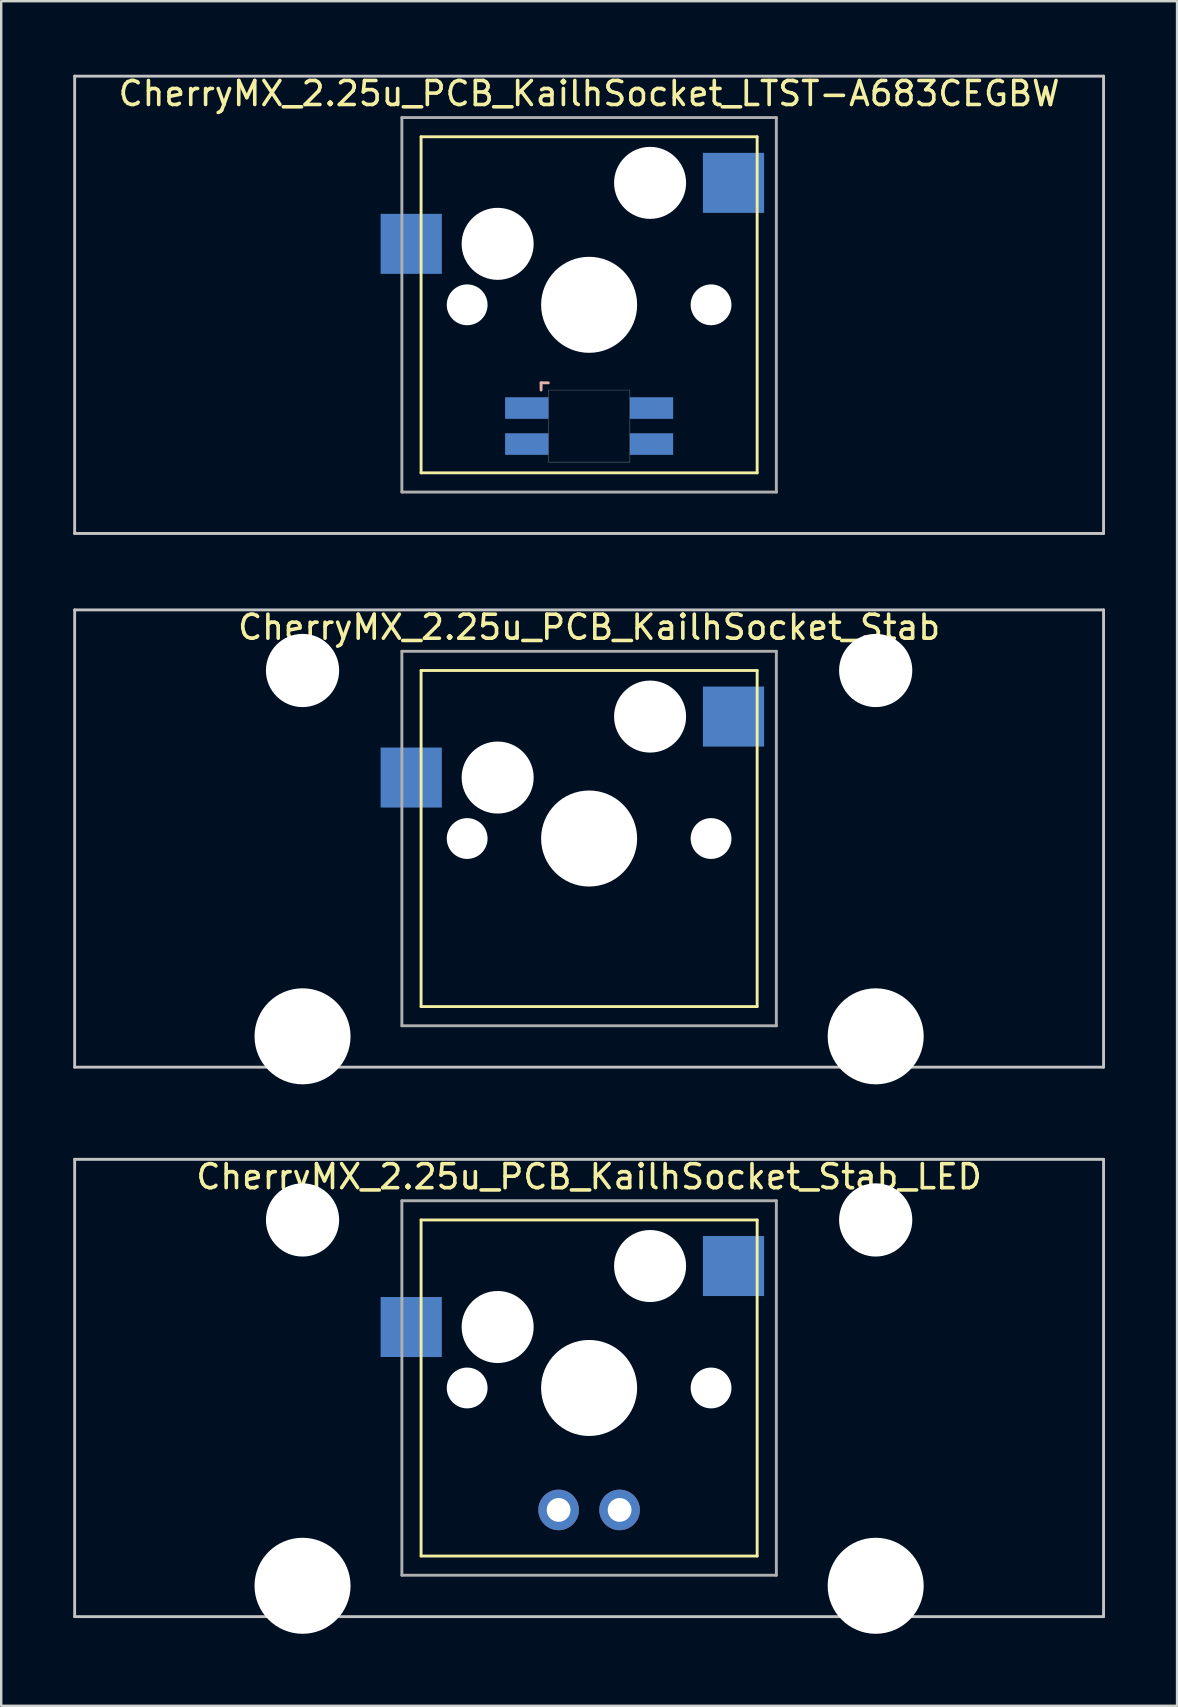
<source format=kicad_pcb>
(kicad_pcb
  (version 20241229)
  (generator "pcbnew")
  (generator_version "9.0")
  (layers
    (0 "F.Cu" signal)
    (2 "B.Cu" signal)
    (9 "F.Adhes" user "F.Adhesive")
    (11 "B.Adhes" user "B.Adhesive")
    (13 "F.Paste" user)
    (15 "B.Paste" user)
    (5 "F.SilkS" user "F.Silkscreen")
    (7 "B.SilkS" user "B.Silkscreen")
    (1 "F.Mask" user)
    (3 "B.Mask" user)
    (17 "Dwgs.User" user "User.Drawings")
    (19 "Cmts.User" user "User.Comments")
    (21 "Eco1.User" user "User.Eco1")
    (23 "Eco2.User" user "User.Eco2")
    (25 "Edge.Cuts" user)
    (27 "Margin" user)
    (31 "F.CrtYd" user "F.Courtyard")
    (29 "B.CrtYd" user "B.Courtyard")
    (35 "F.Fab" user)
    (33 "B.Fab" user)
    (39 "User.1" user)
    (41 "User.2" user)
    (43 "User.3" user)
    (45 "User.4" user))
  (footprint "CherryMX_2.25u_PCB_KailhSocket_LTST-A683CEGBW"
    (layer "F.Cu")
    (at 21.491 9.648)
    (property "Reference" "CherryMX_2.25u_PCB_KailhSocket_LTST-A683CEGBW" (at 0 -8.8 0) (layer "F.SilkS") (effects (font (size 1 1) (thickness 0.15))))
    (attr through_hole)
    (fp_line (start -7 -7) (end -7 7) (stroke (width 0.12) (type solid)) (layer "F.SilkS"))
    (fp_line (start -7 -7) (end 7 -7) (stroke (width 0.12) (type solid)) (layer "F.SilkS"))
    (fp_line (start 7 -7) (end 7 7) (stroke (width 0.12) (type solid)) (layer "F.SilkS"))
    (fp_line (start 7 7) (end -7 7) (stroke (width 0.12) (type solid)) (layer "F.SilkS"))
    (fp_line (start -2 3.25) (end -2 3.55) (stroke (width 0.12) (type solid)) (layer "B.SilkS"))
    (fp_line (start -1.7 3.25) (end -2 3.25) (stroke (width 0.12) (type solid)) (layer "B.SilkS"))
    (fp_line (start -21.431 -9.525) (end 21.431 -9.525) (stroke (width 0.12) (type solid)) (layer "Dwgs.User"))
    (fp_line (start -21.431 9.525) (end -21.431 -9.525) (stroke (width 0.12) (type solid)) (layer "Dwgs.User"))
    (fp_line (start 21.431 -9.525) (end 21.431 9.525) (stroke (width 0.12) (type solid)) (layer "Dwgs.User"))
    (fp_line (start 21.431 9.525) (end -21.431 9.525) (stroke (width 0.12) (type solid)) (layer "Dwgs.User"))
    (fp_poly (pts (xy 1.7 6.55) (xy -1.7 6.55) (xy -1.7 3.55) (xy 1.7 3.55)) (stroke (width 0.01) (type solid)) (fill no) (layer "Edge.Cuts"))
    (fp_line (start -7.8 -7.8) (end -7.8 7.8) (stroke (width 0.12) (type solid)) (layer "F.Fab"))
    (fp_line (start -7.8 -7.8) (end 7.8 -7.8) (stroke (width 0.12) (type solid)) (layer "F.Fab"))
    (fp_line (start -7.8 7.8) (end 7.8 7.8) (stroke (width 0.12) (type solid)) (layer "F.Fab"))
    (fp_line (start 7.8 -7.8) (end 7.8 7.8) (stroke (width 0.12) (type solid)) (layer "F.Fab"))
    (pad "" np_thru_hole circle (at -5.08 0) (size 1.7 1.7) (drill 1.7) (layers "*.Cu" "*.Mask"))
    (pad "" np_thru_hole circle (at -3.81 -2.54) (size 3 3) (drill 3) (layers "*.Cu" "*.Mask"))
    (pad "" np_thru_hole circle (at 0 0) (size 4 4) (drill 4) (layers "*.Cu" "*.Mask"))
    (pad "" np_thru_hole circle (at 2.54 -5.08) (size 3 3) (drill 3) (layers "*.Cu" "*.Mask"))
    (pad "" np_thru_hole circle (at 5.08 0) (size 1.7 1.7) (drill 1.7) (layers "*.Cu" "*.Mask"))
    (pad "1" smd rect (at -7.41 -2.54) (size 2.55 2.5) (layers "B.Cu" "B.Mask" "B.Paste"))
    (pad "2" smd rect (at 6.015 -5.08) (size 2.55 2.5) (layers "B.Cu" "B.Mask" "B.Paste"))
    (pad "3" smd rect (at -2.6 4.3) (size 1.8 0.9) (layers "B.Cu" "B.Mask" "B.Paste"))
    (pad "4" smd rect (at -2.6 5.8) (size 1.8 0.9) (layers "B.Cu" "B.Mask" "B.Paste"))
    (pad "5" smd rect (at 2.6 4.3) (size 1.8 0.9) (layers "B.Cu" "B.Mask" "B.Paste"))
    (pad "6" smd rect (at 2.6 5.8) (size 1.8 0.9) (layers "B.Cu" "B.Mask" "B.Paste")))
  (footprint "CherryMX_2.25u_PCB_KailhSocket_Stab_LED"
    (layer "F.Cu")
    (at 21.491 54.77)
    (property "Reference" "CherryMX_2.25u_PCB_KailhSocket_Stab_LED" (at 0 -8.8 0) (layer "F.SilkS") (effects (font (size 1 1) (thickness 0.15))))
    (attr through_hole)
    (fp_line (start -7 -7) (end -7 7) (stroke (width 0.12) (type solid)) (layer "F.SilkS"))
    (fp_line (start -7 -7) (end 7 -7) (stroke (width 0.12) (type solid)) (layer "F.SilkS"))
    (fp_line (start 7 -7) (end 7 7) (stroke (width 0.12) (type solid)) (layer "F.SilkS"))
    (fp_line (start 7 7) (end -7 7) (stroke (width 0.12) (type solid)) (layer "F.SilkS"))
    (fp_line (start -21.431 -9.525) (end 21.431 -9.525) (stroke (width 0.12) (type solid)) (layer "Dwgs.User"))
    (fp_line (start -21.431 9.525) (end -21.431 -9.525) (stroke (width 0.12) (type solid)) (layer "Dwgs.User"))
    (fp_line (start 21.431 -9.525) (end 21.431 9.525) (stroke (width 0.12) (type solid)) (layer "Dwgs.User"))
    (fp_line (start 21.431 9.525) (end -21.431 9.525) (stroke (width 0.12) (type solid)) (layer "Dwgs.User"))
    (fp_line (start -7.8 -7.8) (end -7.8 7.8) (stroke (width 0.12) (type solid)) (layer "F.Fab"))
    (fp_line (start -7.8 -7.8) (end 7.8 -7.8) (stroke (width 0.12) (type solid)) (layer "F.Fab"))
    (fp_line (start -7.8 7.8) (end 7.8 7.8) (stroke (width 0.12) (type solid)) (layer "F.Fab"))
    (fp_line (start 7.8 -7.8) (end 7.8 7.8) (stroke (width 0.12) (type solid)) (layer "F.Fab"))
    (pad "" np_thru_hole circle (at -11.938 -7) (size 3.05 3.05) (drill 3.05) (layers "*.Cu" "*.Mask"))
    (pad "" np_thru_hole circle (at -11.938 8.24) (size 4 4) (drill 4) (layers "*.Cu" "*.Mask"))
    (pad "" np_thru_hole circle (at -5.08 0) (size 1.7 1.7) (drill 1.7) (layers "*.Cu" "*.Mask"))
    (pad "" np_thru_hole circle (at -3.81 -2.54) (size 3 3) (drill 3) (layers "*.Cu" "*.Mask"))
    (pad "" np_thru_hole circle (at 0 0) (size 4 4) (drill 4) (layers "*.Cu" "*.Mask"))
    (pad "" np_thru_hole circle (at 2.54 -5.08) (size 3 3) (drill 3) (layers "*.Cu" "*.Mask"))
    (pad "" np_thru_hole circle (at 5.08 0) (size 1.7 1.7) (drill 1.7) (layers "*.Cu" "*.Mask"))
    (pad "" np_thru_hole circle (at 11.938 -7) (size 3.05 3.05) (drill 3.05) (layers "*.Cu" "*.Mask"))
    (pad "" np_thru_hole circle (at 11.938 8.24) (size 4 4) (drill 4) (layers "*.Cu" "*.Mask"))
    (pad "1" smd rect (at -7.41 -2.54) (size 2.55 2.5) (layers "B.Cu" "B.Mask" "B.Paste"))
    (pad "2" smd rect (at 6.015 -5.08) (size 2.55 2.5) (layers "B.Cu" "B.Mask" "B.Paste"))
    (pad "3" thru_hole circle (at -1.27 5.08) (size 1.691 1.691) (drill 0.991) (layers "*.Cu" "*.Mask"))
    (pad "4" thru_hole circle (at 1.27 5.08) (size 1.691 1.691) (drill 0.991) (layers "*.Cu" "*.Mask")))
  (footprint "CherryMX_2.25u_PCB_KailhSocket_Stab"
    (layer "F.Cu")
    (at 21.491 31.881)
    (property "Reference" "CherryMX_2.25u_PCB_KailhSocket_Stab" (at 0 -8.8 0) (layer "F.SilkS") (effects (font (size 1 1) (thickness 0.15))))
    (attr through_hole)
    (fp_line (start -7 -7) (end -7 7) (stroke (width 0.12) (type solid)) (layer "F.SilkS"))
    (fp_line (start -7 -7) (end 7 -7) (stroke (width 0.12) (type solid)) (layer "F.SilkS"))
    (fp_line (start 7 -7) (end 7 7) (stroke (width 0.12) (type solid)) (layer "F.SilkS"))
    (fp_line (start 7 7) (end -7 7) (stroke (width 0.12) (type solid)) (layer "F.SilkS"))
    (fp_line (start -21.431 -9.525) (end 21.431 -9.525) (stroke (width 0.12) (type solid)) (layer "Dwgs.User"))
    (fp_line (start -21.431 9.525) (end -21.431 -9.525) (stroke (width 0.12) (type solid)) (layer "Dwgs.User"))
    (fp_line (start 21.431 -9.525) (end 21.431 9.525) (stroke (width 0.12) (type solid)) (layer "Dwgs.User"))
    (fp_line (start 21.431 9.525) (end -21.431 9.525) (stroke (width 0.12) (type solid)) (layer "Dwgs.User"))
    (fp_line (start -7.8 -7.8) (end -7.8 7.8) (stroke (width 0.12) (type solid)) (layer "F.Fab"))
    (fp_line (start -7.8 -7.8) (end 7.8 -7.8) (stroke (width 0.12) (type solid)) (layer "F.Fab"))
    (fp_line (start -7.8 7.8) (end 7.8 7.8) (stroke (width 0.12) (type solid)) (layer "F.Fab"))
    (fp_line (start 7.8 -7.8) (end 7.8 7.8) (stroke (width 0.12) (type solid)) (layer "F.Fab"))
    (pad "" np_thru_hole circle (at -11.938 -7) (size 3.05 3.05) (drill 3.05) (layers "*.Cu" "*.Mask"))
    (pad "" np_thru_hole circle (at -11.938 8.24) (size 4 4) (drill 4) (layers "*.Cu" "*.Mask"))
    (pad "" np_thru_hole circle (at -5.08 0) (size 1.7 1.7) (drill 1.7) (layers "*.Cu" "*.Mask"))
    (pad "" np_thru_hole circle (at -3.81 -2.54) (size 3 3) (drill 3) (layers "*.Cu" "*.Mask"))
    (pad "" np_thru_hole circle (at 0 0) (size 4 4) (drill 4) (layers "*.Cu" "*.Mask"))
    (pad "" np_thru_hole circle (at 2.54 -5.08) (size 3 3) (drill 3) (layers "*.Cu" "*.Mask"))
    (pad "" np_thru_hole circle (at 5.08 0) (size 1.7 1.7) (drill 1.7) (layers "*.Cu" "*.Mask"))
    (pad "" np_thru_hole circle (at 11.938 -7) (size 3.05 3.05) (drill 3.05) (layers "*.Cu" "*.Mask"))
    (pad "" np_thru_hole circle (at 11.938 8.24) (size 4 4) (drill 4) (layers "*.Cu" "*.Mask"))
    (pad "1" smd rect (at -7.41 -2.54) (size 2.55 2.5) (layers "B.Cu" "B.Mask" "B.Paste"))
    (pad "2" smd rect (at 6.015 -5.08) (size 2.55 2.5) (layers "B.Cu" "B.Mask" "B.Paste")))
  (gr_rect
    (start -3 -3)
    (end 45.983 68.01)
    (stroke (width 0.1) (type default))
    (fill no)
    (layer "Edge.Cuts")))
</source>
